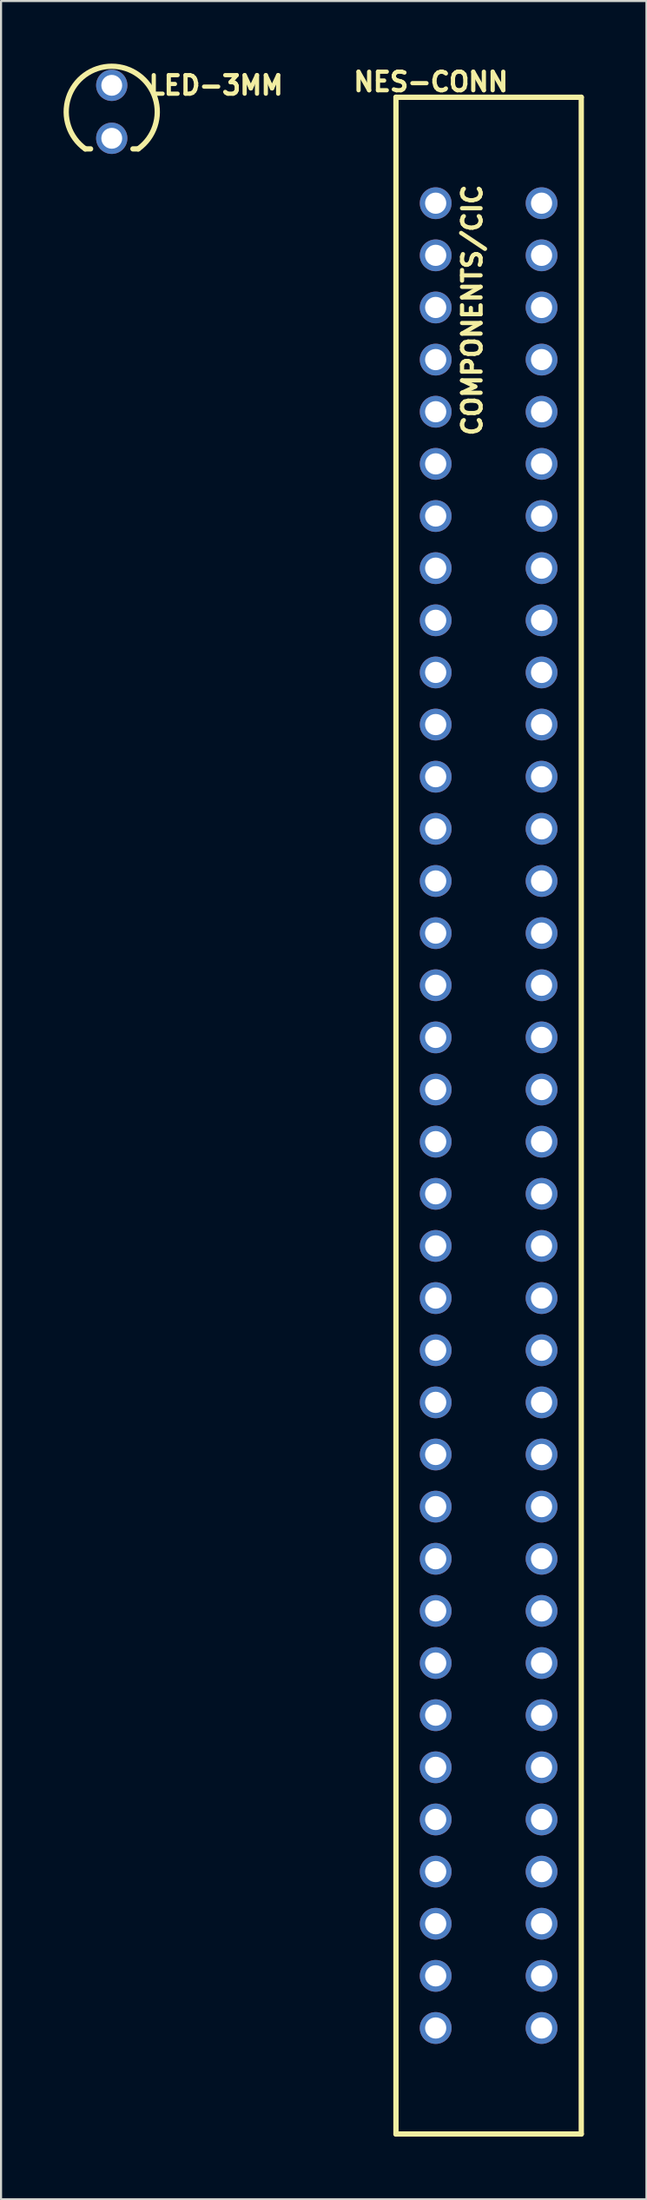
<source format=kicad_pcb>
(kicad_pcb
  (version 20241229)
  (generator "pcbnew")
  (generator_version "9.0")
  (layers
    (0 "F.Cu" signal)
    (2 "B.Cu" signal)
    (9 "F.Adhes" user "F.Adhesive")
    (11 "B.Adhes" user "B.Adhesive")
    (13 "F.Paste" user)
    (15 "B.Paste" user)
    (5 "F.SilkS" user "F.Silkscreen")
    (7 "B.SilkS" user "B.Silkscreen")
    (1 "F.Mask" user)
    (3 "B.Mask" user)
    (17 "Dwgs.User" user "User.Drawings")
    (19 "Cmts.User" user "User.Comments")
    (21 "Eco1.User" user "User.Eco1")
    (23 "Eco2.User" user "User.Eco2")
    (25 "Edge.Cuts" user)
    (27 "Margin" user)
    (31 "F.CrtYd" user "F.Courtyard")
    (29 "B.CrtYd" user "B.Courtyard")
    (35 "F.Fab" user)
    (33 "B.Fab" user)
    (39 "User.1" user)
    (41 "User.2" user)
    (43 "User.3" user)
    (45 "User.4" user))
  (footprint "NES-CONN"
    (layer "F.Cu")
    (at 17.851 6.693)
    (property "Reference" "NES-CONN" (at -0.229 -5.817 0) (layer "F.SilkS") (effects (font (size 0.889 0.889) (thickness 0.203))))
    (attr through_hole)
    (fp_line (start -1.905 -5.08) (end -1.905 92.583) (stroke (width 0.254) (type solid)) (layer "F.SilkS"))
    (fp_line (start -1.905 -5.08) (end 6.985 -5.08) (stroke (width 0.254) (type solid)) (layer "F.SilkS"))
    (fp_line (start -1.905 92.583) (end 6.985 92.583) (stroke (width 0.254) (type solid)) (layer "F.SilkS"))
    (fp_line (start 6.985 -5.08) (end 6.985 92.583) (stroke (width 0.254) (type solid)) (layer "F.SilkS"))
    (fp_text user "COMPONENTS/CIC" (at 1.753 5.131 90) (layer "F.SilkS") (effects (font (size 0.889 0.889) (thickness 0.203))))
    (pad "1" thru_hole circle (at 0 87.5) (size 1.524 1.524) (drill 1.016) (layers "*.Cu" "*.Mask"))
    (pad "2" thru_hole circle (at 0 85) (size 1.524 1.524) (drill 1.016) (layers "*.Cu" "*.Mask"))
    (pad "3" thru_hole circle (at 0 82.5) (size 1.524 1.524) (drill 1.016) (layers "*.Cu" "*.Mask"))
    (pad "4" thru_hole circle (at 0 80) (size 1.524 1.524) (drill 1.016) (layers "*.Cu" "*.Mask"))
    (pad "5" thru_hole circle (at 0 77.5) (size 1.524 1.524) (drill 1.016) (layers "*.Cu" "*.Mask"))
    (pad "6" thru_hole circle (at 0 75) (size 1.524 1.524) (drill 1.016) (layers "*.Cu" "*.Mask"))
    (pad "7" thru_hole circle (at 0 72.5) (size 1.524 1.524) (drill 1.016) (layers "*.Cu" "*.Mask"))
    (pad "8" thru_hole circle (at 0 70) (size 1.524 1.524) (drill 1.016) (layers "*.Cu" "*.Mask"))
    (pad "9" thru_hole circle (at 0 67.5) (size 1.524 1.524) (drill 1.016) (layers "*.Cu" "*.Mask"))
    (pad "10" thru_hole circle (at 0 65) (size 1.524 1.524) (drill 1.016) (layers "*.Cu" "*.Mask"))
    (pad "11" thru_hole circle (at 0 62.5) (size 1.524 1.524) (drill 1.016) (layers "*.Cu" "*.Mask"))
    (pad "12" thru_hole circle (at 0 60) (size 1.524 1.524) (drill 1.016) (layers "*.Cu" "*.Mask"))
    (pad "13" thru_hole circle (at 0 57.5) (size 1.524 1.524) (drill 1.016) (layers "*.Cu" "*.Mask"))
    (pad "14" thru_hole circle (at 0 55) (size 1.524 1.524) (drill 1.016) (layers "*.Cu" "*.Mask"))
    (pad "15" thru_hole circle (at 0 52.5) (size 1.524 1.524) (drill 1.016) (layers "*.Cu" "*.Mask"))
    (pad "16" thru_hole circle (at 0 50) (size 1.524 1.524) (drill 1.016) (layers "*.Cu" "*.Mask"))
    (pad "17" thru_hole circle (at 0 47.5) (size 1.524 1.524) (drill 1.016) (layers "*.Cu" "*.Mask"))
    (pad "18" thru_hole circle (at 0 45) (size 1.524 1.524) (drill 1.016) (layers "*.Cu" "*.Mask"))
    (pad "19" thru_hole circle (at 0 42.5) (size 1.524 1.524) (drill 1.016) (layers "*.Cu" "*.Mask"))
    (pad "20" thru_hole circle (at 0 40) (size 1.524 1.524) (drill 1.016) (layers "*.Cu" "*.Mask"))
    (pad "21" thru_hole circle (at 0 37.5) (size 1.524 1.524) (drill 1.016) (layers "*.Cu" "*.Mask"))
    (pad "22" thru_hole circle (at 0 35) (size 1.524 1.524) (drill 1.016) (layers "*.Cu" "*.Mask"))
    (pad "23" thru_hole circle (at 0 32.5) (size 1.524 1.524) (drill 1.016) (layers "*.Cu" "*.Mask"))
    (pad "24" thru_hole circle (at 0 30) (size 1.524 1.524) (drill 1.016) (layers "*.Cu" "*.Mask"))
    (pad "25." thru_hole circle (at 0 27.5) (size 1.524 1.524) (drill 1.016) (layers "*.Cu" "*.Mask"))
    (pad "26" thru_hole circle (at 0 25) (size 1.524 1.524) (drill 1.016) (layers "*.Cu" "*.Mask"))
    (pad "27" thru_hole circle (at 0 22.5) (size 1.524 1.524) (drill 1.016) (layers "*.Cu" "*.Mask"))
    (pad "28" thru_hole circle (at 0 20) (size 1.524 1.524) (drill 1.016) (layers "*.Cu" "*.Mask"))
    (pad "29" thru_hole circle (at 0 17.5) (size 1.524 1.524) (drill 1.016) (layers "*.Cu" "*.Mask"))
    (pad "30" thru_hole circle (at 0 15) (size 1.524 1.524) (drill 1.016) (layers "*.Cu" "*.Mask"))
    (pad "31" thru_hole circle (at 0 12.5) (size 1.524 1.524) (drill 1.016) (layers "*.Cu" "*.Mask"))
    (pad "32" thru_hole circle (at 0 10) (size 1.524 1.524) (drill 1.016) (layers "*.Cu" "*.Mask"))
    (pad "33" thru_hole circle (at 0 7.5) (size 1.524 1.524) (drill 1.016) (layers "*.Cu" "*.Mask"))
    (pad "34" thru_hole circle (at 0 5) (size 1.524 1.524) (drill 1.016) (layers "*.Cu" "*.Mask"))
    (pad "35" thru_hole circle (at 0 2.5) (size 1.524 1.524) (drill 1.016) (layers "*.Cu" "*.Mask"))
    (pad "36" thru_hole circle (at 0 0) (size 1.524 1.524) (drill 1.016) (layers "*.Cu" "*.Mask"))
    (pad "37" thru_hole circle (at 5.08 87.5) (size 1.524 1.524) (drill 1.016) (layers "*.Cu" "*.Mask"))
    (pad "38" thru_hole circle (at 5.08 85) (size 1.524 1.524) (drill 1.016) (layers "*.Cu" "*.Mask"))
    (pad "39" thru_hole circle (at 5.08 82.5) (size 1.524 1.524) (drill 1.016) (layers "*.Cu" "*.Mask"))
    (pad "40" thru_hole circle (at 5.08 80) (size 1.524 1.524) (drill 1.016) (layers "*.Cu" "*.Mask"))
    (pad "41" thru_hole circle (at 5.08 77.5) (size 1.524 1.524) (drill 1.016) (layers "*.Cu" "*.Mask"))
    (pad "42" thru_hole circle (at 5.08 75) (size 1.524 1.524) (drill 1.016) (layers "*.Cu" "*.Mask"))
    (pad "43" thru_hole circle (at 5.08 72.5) (size 1.524 1.524) (drill 1.016) (layers "*.Cu" "*.Mask"))
    (pad "44" thru_hole circle (at 5.08 70) (size 1.524 1.524) (drill 1.016) (layers "*.Cu" "*.Mask"))
    (pad "45" thru_hole circle (at 5.08 67.5) (size 1.524 1.524) (drill 1.016) (layers "*.Cu" "*.Mask"))
    (pad "46" thru_hole circle (at 5.08 65) (size 1.524 1.524) (drill 1.016) (layers "*.Cu" "*.Mask"))
    (pad "47" thru_hole circle (at 5.08 62.5) (size 1.524 1.524) (drill 1.016) (layers "*.Cu" "*.Mask"))
    (pad "48" thru_hole circle (at 5.08 60) (size 1.524 1.524) (drill 1.016) (layers "*.Cu" "*.Mask"))
    (pad "49" thru_hole circle (at 5.08 57.5) (size 1.524 1.524) (drill 1.016) (layers "*.Cu" "*.Mask"))
    (pad "50" thru_hole circle (at 5.08 55) (size 1.524 1.524) (drill 1.016) (layers "*.Cu" "*.Mask"))
    (pad "51" thru_hole circle (at 5.08 52.5) (size 1.524 1.524) (drill 1.016) (layers "*.Cu" "*.Mask"))
    (pad "52" thru_hole circle (at 5.08 50) (size 1.524 1.524) (drill 1.016) (layers "*.Cu" "*.Mask"))
    (pad "53" thru_hole circle (at 5.08 47.5) (size 1.524 1.524) (drill 1.016) (layers "*.Cu" "*.Mask"))
    (pad "54" thru_hole circle (at 5.08 45) (size 1.524 1.524) (drill 1.016) (layers "*.Cu" "*.Mask"))
    (pad "55" thru_hole circle (at 5.08 42.5) (size 1.524 1.524) (drill 1.016) (layers "*.Cu" "*.Mask"))
    (pad "56" thru_hole circle (at 5.08 40) (size 1.524 1.524) (drill 1.016) (layers "*.Cu" "*.Mask"))
    (pad "57" thru_hole circle (at 5.08 37.5) (size 1.524 1.524) (drill 1.016) (layers "*.Cu" "*.Mask"))
    (pad "58" thru_hole circle (at 5.08 35) (size 1.524 1.524) (drill 1.016) (layers "*.Cu" "*.Mask"))
    (pad "59" thru_hole circle (at 5.08 32.5) (size 1.524 1.524) (drill 1.016) (layers "*.Cu" "*.Mask"))
    (pad "60" thru_hole circle (at 5.08 30) (size 1.524 1.524) (drill 1.016) (layers "*.Cu" "*.Mask"))
    (pad "61" thru_hole circle (at 5.08 27.5) (size 1.524 1.524) (drill 1.016) (layers "*.Cu" "*.Mask"))
    (pad "62" thru_hole circle (at 5.08 25) (size 1.524 1.524) (drill 1.016) (layers "*.Cu" "*.Mask"))
    (pad "63" thru_hole circle (at 5.08 22.5) (size 1.524 1.524) (drill 1.016) (layers "*.Cu" "*.Mask"))
    (pad "64" thru_hole circle (at 5.08 20) (size 1.524 1.524) (drill 1.016) (layers "*.Cu" "*.Mask"))
    (pad "65" thru_hole circle (at 5.08 17.5) (size 1.524 1.524) (drill 1.016) (layers "*.Cu" "*.Mask"))
    (pad "66" thru_hole circle (at 5.08 15) (size 1.524 1.524) (drill 1.016) (layers "*.Cu" "*.Mask"))
    (pad "67" thru_hole circle (at 5.08 12.5) (size 1.524 1.524) (drill 1.016) (layers "*.Cu" "*.Mask"))
    (pad "68" thru_hole circle (at 5.08 10) (size 1.524 1.524) (drill 1.016) (layers "*.Cu" "*.Mask"))
    (pad "69" thru_hole circle (at 5.08 7.5) (size 1.524 1.524) (drill 1.016) (layers "*.Cu" "*.Mask"))
    (pad "70" thru_hole circle (at 5.08 5) (size 1.524 1.524) (drill 1.016) (layers "*.Cu" "*.Mask"))
    (pad "71" thru_hole circle (at 5.08 2.5) (size 1.524 1.524) (drill 1.016) (layers "*.Cu" "*.Mask"))
    (pad "72" thru_hole circle (at 5.08 0) (size 1.524 1.524) (drill 1.016) (layers "*.Cu" "*.Mask")))
  (footprint "LED-3MM"
    (layer "F.Cu")
    (at 2.311 1.041)
    (property "Reference" "LED-3MM" (at 5 0 0) (layer "F.SilkS") (effects (font (size 0.889 0.889) (thickness 0.203))))
    (attr through_hole)
    (fp_line (start -1.27 3.048) (end -1.016 3.048) (stroke (width 0.254) (type solid)) (layer "F.SilkS"))
    (fp_line (start 1.016 3.048) (end 1.27 3.048) (stroke (width 0.254) (type solid)) (layer "F.SilkS"))
    (fp_arc (start -1.27 3.047999) (mid 0 -0.913526) (end 1.27 3.047999) (stroke (width 0.254) (type solid)) (layer "F.SilkS"))
    (pad "1" thru_hole circle (at 0 2.54) (size 1.5 1.5) (drill 1) (layers "*.Cu" "*.Mask"))
    (pad "2" thru_hole circle (at 0 0) (size 1.5 1.5) (drill 1) (layers "*.Cu" "*.Mask")))
  (gr_rect
    (start -3 -3)
    (end 27.963 102.403)
    (stroke (width 0.1) (type default))
    (fill no)
    (layer "Edge.Cuts")))
</source>
